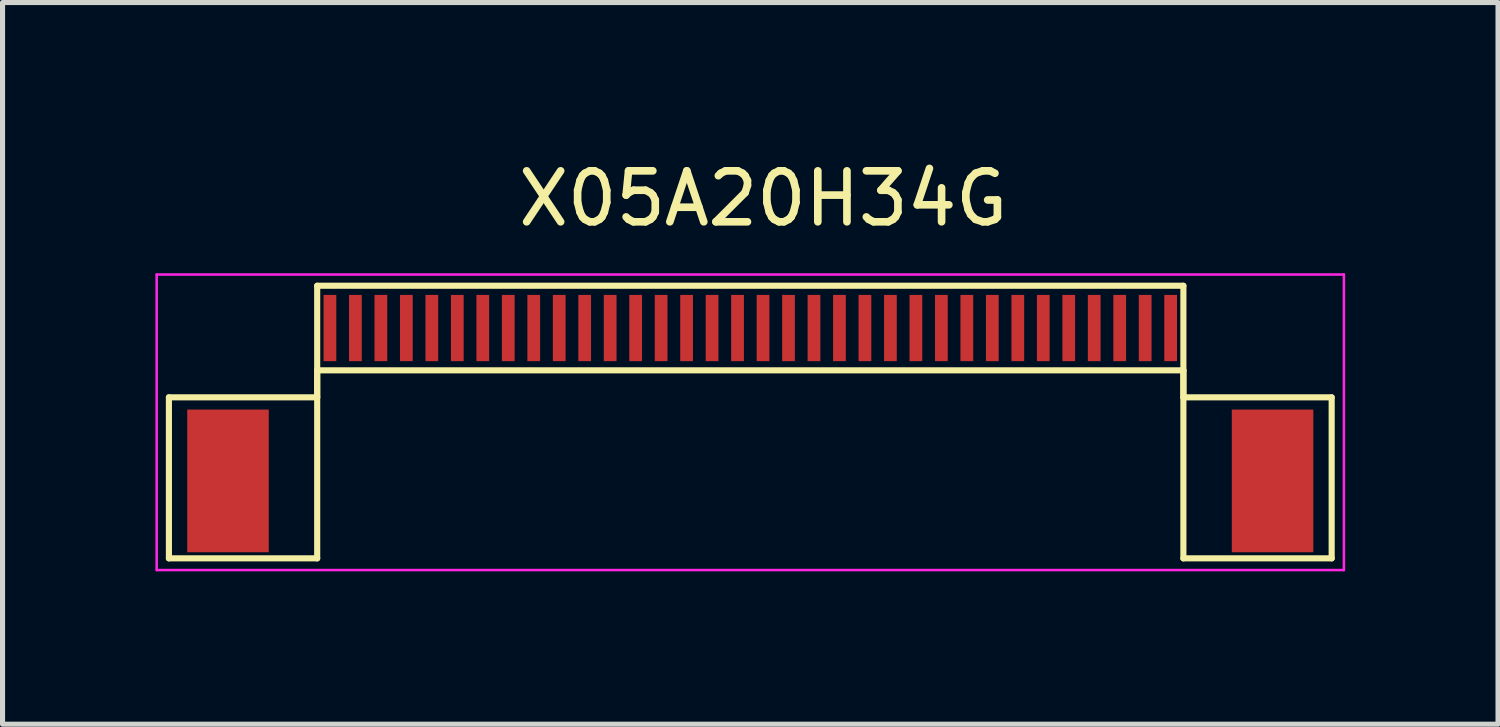
<source format=kicad_pcb>
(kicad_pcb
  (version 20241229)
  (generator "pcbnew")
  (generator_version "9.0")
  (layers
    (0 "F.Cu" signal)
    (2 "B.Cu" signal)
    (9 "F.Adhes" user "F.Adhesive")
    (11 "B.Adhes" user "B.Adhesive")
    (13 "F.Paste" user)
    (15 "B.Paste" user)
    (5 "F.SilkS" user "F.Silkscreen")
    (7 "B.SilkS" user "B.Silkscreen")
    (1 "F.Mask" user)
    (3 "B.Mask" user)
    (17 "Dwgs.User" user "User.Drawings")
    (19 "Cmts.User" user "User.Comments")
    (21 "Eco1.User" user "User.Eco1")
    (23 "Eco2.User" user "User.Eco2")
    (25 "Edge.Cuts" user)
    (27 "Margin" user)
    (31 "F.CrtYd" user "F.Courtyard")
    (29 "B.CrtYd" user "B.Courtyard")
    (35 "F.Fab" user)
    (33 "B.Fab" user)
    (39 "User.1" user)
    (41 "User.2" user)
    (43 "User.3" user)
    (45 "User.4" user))
  (footprint "X05A20H34G"
    (layer "F.Cu")
    (at 11.675 3.388)
    (property "Reference" "X05A20H34G" (at 0.254 -2.54 0) (layer "F.SilkS") (effects (font (size 1 1) (thickness 0.15))))
    (attr smd)
    (fp_line (start -11.41 1.36) (end -8.5 1.36) (stroke (width 0.12) (type solid)) (layer "F.SilkS"))
    (fp_line (start -11.41 4.52) (end -11.41 1.36) (stroke (width 0.12) (type solid)) (layer "F.SilkS"))
    (fp_line (start -8.5 -0.83) (end 8.5 -0.83) (stroke (width 0.12) (type solid)) (layer "F.SilkS"))
    (fp_line (start -8.5 0.83) (end -8.5 4.52) (stroke (width 0.12) (type solid)) (layer "F.SilkS"))
    (fp_line (start -8.5 0.83) (end 8.5 0.83) (stroke (width 0.12) (type solid)) (layer "F.SilkS"))
    (fp_line (start -8.5 1.36) (end -8.5 -0.83) (stroke (width 0.12) (type solid)) (layer "F.SilkS"))
    (fp_line (start -8.5 4.52) (end -11.41 4.52) (stroke (width 0.12) (type solid)) (layer "F.SilkS"))
    (fp_line (start 8.5 0.83) (end 8.5 4.52) (stroke (width 0.12) (type solid)) (layer "F.SilkS"))
    (fp_line (start 8.5 1.36) (end 8.5 -0.83) (stroke (width 0.12) (type solid)) (layer "F.SilkS"))
    (fp_line (start 8.5 4.52) (end 11.41 4.52) (stroke (width 0.12) (type solid)) (layer "F.SilkS"))
    (fp_line (start 11.41 1.36) (end 8.5 1.36) (stroke (width 0.12) (type solid)) (layer "F.SilkS"))
    (fp_line (start 11.41 4.52) (end 11.41 1.36) (stroke (width 0.12) (type solid)) (layer "F.SilkS"))
    (fp_line (start -11.65 -1.05) (end -11.65 4.75) (stroke (width 0.05) (type solid)) (layer "F.CrtYd"))
    (fp_line (start -11.65 -1.05) (end 11.65 -1.05) (stroke (width 0.05) (type solid)) (layer "F.CrtYd"))
    (fp_line (start -11.65 4.75) (end 11.65 4.75) (stroke (width 0.05) (type solid)) (layer "F.CrtYd"))
    (fp_line (start 11.65 -1.05) (end 11.65 4.75) (stroke (width 0.05) (type solid)) (layer "F.CrtYd"))
    (pad "0" smd rect (at -10.25 3) (size 1.6 2.8) (layers "F.Cu" "F.Mask" "F.Paste"))
    (pad "0" smd rect (at 10.25 3) (size 1.6 2.8) (layers "F.Cu" "F.Mask" "F.Paste"))
    (pad "1" smd rect (at -8.25 0) (size 0.25 1.3) (layers "F.Cu" "F.Mask" "F.Paste"))
    (pad "2" smd rect (at -7.75 0) (size 0.25 1.3) (layers "F.Cu" "F.Mask" "F.Paste"))
    (pad "3" smd rect (at -7.25 0) (size 0.25 1.3) (layers "F.Cu" "F.Mask" "F.Paste"))
    (pad "4" smd rect (at -6.75 0) (size 0.25 1.3) (layers "F.Cu" "F.Mask" "F.Paste"))
    (pad "5" smd rect (at -6.25 0) (size 0.25 1.3) (layers "F.Cu" "F.Mask" "F.Paste"))
    (pad "6" smd rect (at -5.75 0) (size 0.25 1.3) (layers "F.Cu" "F.Mask" "F.Paste"))
    (pad "7" smd rect (at -5.25 0) (size 0.25 1.3) (layers "F.Cu" "F.Mask" "F.Paste"))
    (pad "8" smd rect (at -4.75 0) (size 0.25 1.3) (layers "F.Cu" "F.Mask" "F.Paste"))
    (pad "9" smd rect (at -4.25 0) (size 0.25 1.3) (layers "F.Cu" "F.Mask" "F.Paste"))
    (pad "10" smd rect (at -3.75 0) (size 0.25 1.3) (layers "F.Cu" "F.Mask" "F.Paste"))
    (pad "11" smd rect (at -3.25 0) (size 0.25 1.3) (layers "F.Cu" "F.Mask" "F.Paste"))
    (pad "12" smd rect (at -2.75 0) (size 0.25 1.3) (layers "F.Cu" "F.Mask" "F.Paste"))
    (pad "13" smd rect (at -2.25 0) (size 0.25 1.3) (layers "F.Cu" "F.Mask" "F.Paste"))
    (pad "14" smd rect (at -1.75 0) (size 0.25 1.3) (layers "F.Cu" "F.Mask" "F.Paste"))
    (pad "15" smd rect (at -1.25 0) (size 0.25 1.3) (layers "F.Cu" "F.Mask" "F.Paste"))
    (pad "16" smd rect (at -0.75 0) (size 0.25 1.3) (layers "F.Cu" "F.Mask" "F.Paste"))
    (pad "17" smd rect (at -0.25 0) (size 0.25 1.3) (layers "F.Cu" "F.Mask" "F.Paste"))
    (pad "18" smd rect (at 0.25 0) (size 0.25 1.3) (layers "F.Cu" "F.Mask" "F.Paste"))
    (pad "19" smd rect (at 0.75 0) (size 0.25 1.3) (layers "F.Cu" "F.Mask" "F.Paste"))
    (pad "20" smd rect (at 1.25 0) (size 0.25 1.3) (layers "F.Cu" "F.Mask" "F.Paste"))
    (pad "21" smd rect (at 1.75 0) (size 0.25 1.3) (layers "F.Cu" "F.Mask" "F.Paste"))
    (pad "22" smd rect (at 2.25 0) (size 0.25 1.3) (layers "F.Cu" "F.Mask" "F.Paste"))
    (pad "23" smd rect (at 2.75 0) (size 0.25 1.3) (layers "F.Cu" "F.Mask" "F.Paste"))
    (pad "24" smd rect (at 3.25 0) (size 0.25 1.3) (layers "F.Cu" "F.Mask" "F.Paste"))
    (pad "25" smd rect (at 3.75 0) (size 0.25 1.3) (layers "F.Cu" "F.Mask" "F.Paste"))
    (pad "26" smd rect (at 4.25 0) (size 0.25 1.3) (layers "F.Cu" "F.Mask" "F.Paste"))
    (pad "27" smd rect (at 4.75 0) (size 0.25 1.3) (layers "F.Cu" "F.Mask" "F.Paste"))
    (pad "28" smd rect (at 5.25 0) (size 0.25 1.3) (layers "F.Cu" "F.Mask" "F.Paste"))
    (pad "29" smd rect (at 5.75 0) (size 0.25 1.3) (layers "F.Cu" "F.Mask" "F.Paste"))
    (pad "30" smd rect (at 6.25 0) (size 0.25 1.3) (layers "F.Cu" "F.Mask" "F.Paste"))
    (pad "31" smd rect (at 6.75 0) (size 0.25 1.3) (layers "F.Cu" "F.Mask" "F.Paste"))
    (pad "32" smd rect (at 7.25 0) (size 0.25 1.3) (layers "F.Cu" "F.Mask" "F.Paste"))
    (pad "33" smd rect (at 7.75 0) (size 0.25 1.3) (layers "F.Cu" "F.Mask" "F.Paste"))
    (pad "34" smd rect (at 8.25 0) (size 0.25 1.3) (layers "F.Cu" "F.Mask" "F.Paste")))
  (gr_rect
    (start -3 -3)
    (end 26.35 11.163)
    (stroke (width 0.1) (type default))
    (fill no)
    (layer "Edge.Cuts")))
</source>
